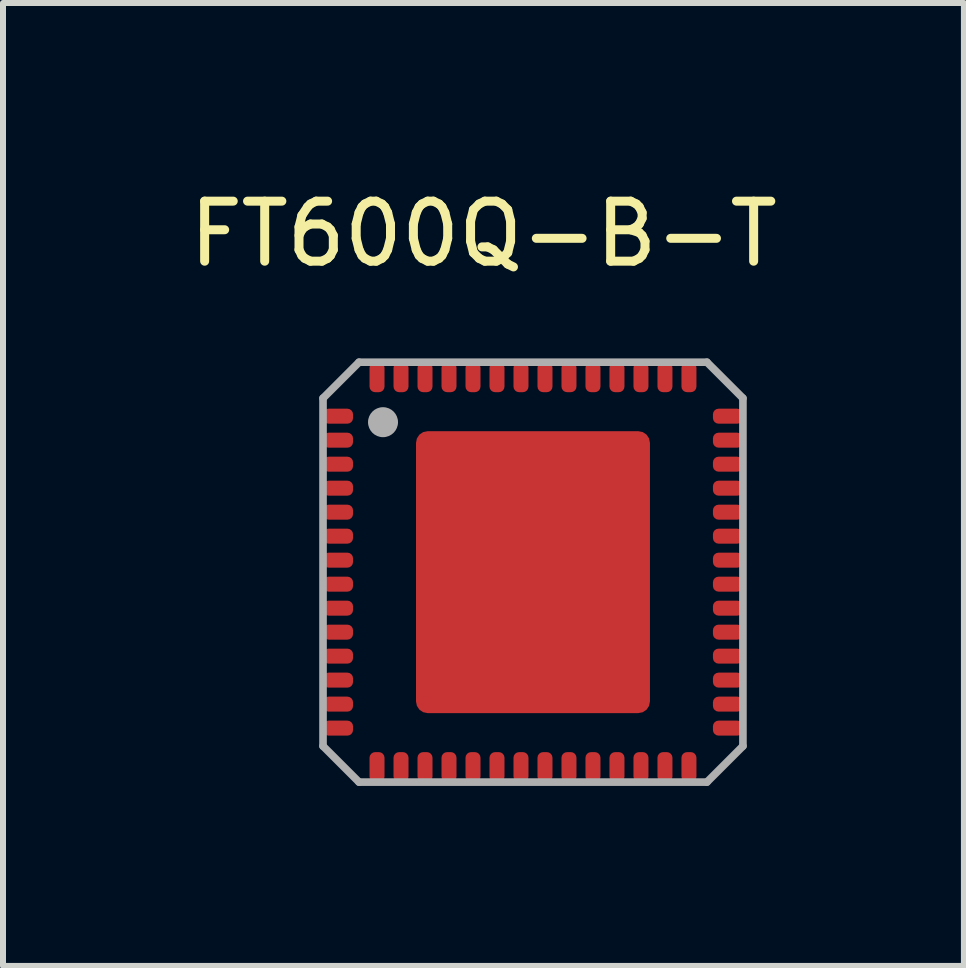
<source format=kicad_pcb>
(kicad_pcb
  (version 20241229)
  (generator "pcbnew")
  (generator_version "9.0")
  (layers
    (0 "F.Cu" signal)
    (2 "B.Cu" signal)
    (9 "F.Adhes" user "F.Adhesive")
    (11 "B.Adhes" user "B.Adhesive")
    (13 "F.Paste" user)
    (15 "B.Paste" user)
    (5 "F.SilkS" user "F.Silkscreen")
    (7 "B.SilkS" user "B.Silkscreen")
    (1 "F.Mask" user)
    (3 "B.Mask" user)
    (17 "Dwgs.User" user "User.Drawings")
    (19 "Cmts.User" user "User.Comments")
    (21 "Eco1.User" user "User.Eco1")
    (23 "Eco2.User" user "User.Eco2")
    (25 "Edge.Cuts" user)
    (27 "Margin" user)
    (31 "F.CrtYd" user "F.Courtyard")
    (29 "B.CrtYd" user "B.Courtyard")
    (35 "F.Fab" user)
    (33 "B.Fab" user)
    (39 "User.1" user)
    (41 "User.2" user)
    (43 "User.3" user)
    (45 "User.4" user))
  (footprint "FT600Q-B-T"
    (layer "F.Cu")
    (at 5.835 6.488)
    (property "Reference" "FT600Q-B-T" (at -0.826 -5.639 0) (layer "F.SilkS") (effects (font (size 1.001 1.001) (thickness 0.15))))
    (attr smd)
    (fp_line (start -3.5 -2.9) (end -3.5 2.9) (stroke (width 0.127) (type solid)) (layer "F.Fab"))
    (fp_line (start -3.5 2.9) (end -2.9 3.5) (stroke (width 0.127) (type solid)) (layer "F.Fab"))
    (fp_line (start -2.9 -3.5) (end -3.5 -2.9) (stroke (width 0.127) (type solid)) (layer "F.Fab"))
    (fp_line (start -2.9 3.5) (end 2.9 3.5) (stroke (width 0.127) (type solid)) (layer "F.Fab"))
    (fp_line (start 2.9 -3.5) (end -2.9 -3.5) (stroke (width 0.127) (type solid)) (layer "F.Fab"))
    (fp_line (start 2.9 -3.5) (end 3.5 -2.9) (stroke (width 0.127) (type solid)) (layer "F.Fab"))
    (fp_line (start 3.5 2.9) (end 2.9 3.5) (stroke (width 0.127) (type solid)) (layer "F.Fab"))
    (fp_line (start 3.5 2.9) (end 3.5 -2.9) (stroke (width 0.127) (type solid)) (layer "F.Fab"))
    (fp_circle (center -2.5 -2.5) (end -2.25 -2.5) (stroke (width 0) (type solid)) (fill yes) (layer "F.Fab"))
    (pad "1" smd roundrect (at -3.25 -2.6) (size 0.5 0.25) (layers "F.Cu" "F.Mask" "F.Paste") (roundrect_rratio 0.375))
    (pad "2" smd roundrect (at -3.25 -2.2) (size 0.5 0.25) (layers "F.Cu" "F.Mask" "F.Paste") (roundrect_rratio 0.375))
    (pad "3" smd roundrect (at -3.25 -1.8) (size 0.5 0.25) (layers "F.Cu" "F.Mask" "F.Paste") (roundrect_rratio 0.375))
    (pad "4" smd roundrect (at -3.25 -1.4) (size 0.5 0.25) (layers "F.Cu" "F.Mask" "F.Paste") (roundrect_rratio 0.375))
    (pad "5" smd roundrect (at -3.25 -1) (size 0.5 0.25) (layers "F.Cu" "F.Mask" "F.Paste") (roundrect_rratio 0.375))
    (pad "6" smd roundrect (at -3.25 -0.6) (size 0.5 0.25) (layers "F.Cu" "F.Mask" "F.Paste") (roundrect_rratio 0.375))
    (pad "7" smd roundrect (at -3.25 -0.2) (size 0.5 0.25) (layers "F.Cu" "F.Mask" "F.Paste") (roundrect_rratio 0.375))
    (pad "8" smd roundrect (at -3.25 0.2) (size 0.5 0.25) (layers "F.Cu" "F.Mask" "F.Paste") (roundrect_rratio 0.375))
    (pad "9" smd roundrect (at -3.25 0.6) (size 0.5 0.25) (layers "F.Cu" "F.Mask" "F.Paste") (roundrect_rratio 0.375))
    (pad "10" smd roundrect (at -3.25 1) (size 0.5 0.25) (layers "F.Cu" "F.Mask" "F.Paste") (roundrect_rratio 0.375))
    (pad "11" smd roundrect (at -3.25 1.4) (size 0.5 0.25) (layers "F.Cu" "F.Mask" "F.Paste") (roundrect_rratio 0.375))
    (pad "12" smd roundrect (at -3.25 1.8) (size 0.5 0.25) (layers "F.Cu" "F.Mask" "F.Paste") (roundrect_rratio 0.375))
    (pad "13" smd roundrect (at -3.25 2.2) (size 0.5 0.25) (layers "F.Cu" "F.Mask" "F.Paste") (roundrect_rratio 0.375))
    (pad "14" smd roundrect (at -3.25 2.6) (size 0.5 0.25) (layers "F.Cu" "F.Mask" "F.Paste") (roundrect_rratio 0.375))
    (pad "15" smd roundrect (at -2.6 3.25 90) (size 0.5 0.25) (layers "F.Cu" "F.Mask" "F.Paste") (roundrect_rratio 0.375))
    (pad "16" smd roundrect (at -2.2 3.25 90) (size 0.5 0.25) (layers "F.Cu" "F.Mask" "F.Paste") (roundrect_rratio 0.375))
    (pad "17" smd roundrect (at -1.8 3.25 90) (size 0.5 0.25) (layers "F.Cu" "F.Mask" "F.Paste") (roundrect_rratio 0.375))
    (pad "18" smd roundrect (at -1.4 3.25 90) (size 0.5 0.25) (layers "F.Cu" "F.Mask" "F.Paste") (roundrect_rratio 0.375))
    (pad "19" smd roundrect (at -1 3.25 90) (size 0.5 0.25) (layers "F.Cu" "F.Mask" "F.Paste") (roundrect_rratio 0.375))
    (pad "20" smd roundrect (at -0.6 3.25 90) (size 0.5 0.25) (layers "F.Cu" "F.Mask" "F.Paste") (roundrect_rratio 0.375))
    (pad "21" smd roundrect (at -0.2 3.25 90) (size 0.5 0.25) (layers "F.Cu" "F.Mask" "F.Paste") (roundrect_rratio 0.375))
    (pad "22" smd roundrect (at 0.2 3.25 90) (size 0.5 0.25) (layers "F.Cu" "F.Mask" "F.Paste") (roundrect_rratio 0.375))
    (pad "23" smd roundrect (at 0.6 3.25 90) (size 0.5 0.25) (layers "F.Cu" "F.Mask" "F.Paste") (roundrect_rratio 0.375))
    (pad "24" smd roundrect (at 1 3.25 90) (size 0.5 0.25) (layers "F.Cu" "F.Mask" "F.Paste") (roundrect_rratio 0.375))
    (pad "25" smd roundrect (at 1.4 3.25 90) (size 0.5 0.25) (layers "F.Cu" "F.Mask" "F.Paste") (roundrect_rratio 0.375))
    (pad "26" smd roundrect (at 1.8 3.25 90) (size 0.5 0.25) (layers "F.Cu" "F.Mask" "F.Paste") (roundrect_rratio 0.375))
    (pad "27" smd roundrect (at 2.2 3.25 90) (size 0.5 0.25) (layers "F.Cu" "F.Mask" "F.Paste") (roundrect_rratio 0.375))
    (pad "28" smd roundrect (at 2.6 3.25 90) (size 0.5 0.25) (layers "F.Cu" "F.Mask" "F.Paste") (roundrect_rratio 0.375))
    (pad "29" smd roundrect (at 3.25 2.6 180) (size 0.5 0.25) (layers "F.Cu" "F.Mask" "F.Paste") (roundrect_rratio 0.375))
    (pad "30" smd roundrect (at 3.25 2.2 180) (size 0.5 0.25) (layers "F.Cu" "F.Mask" "F.Paste") (roundrect_rratio 0.375))
    (pad "31" smd roundrect (at 3.25 1.8 180) (size 0.5 0.25) (layers "F.Cu" "F.Mask" "F.Paste") (roundrect_rratio 0.375))
    (pad "32" smd roundrect (at 3.25 1.4 180) (size 0.5 0.25) (layers "F.Cu" "F.Mask" "F.Paste") (roundrect_rratio 0.375))
    (pad "33" smd roundrect (at 3.25 1 180) (size 0.5 0.25) (layers "F.Cu" "F.Mask" "F.Paste") (roundrect_rratio 0.375))
    (pad "34" smd roundrect (at 3.25 0.6 180) (size 0.5 0.25) (layers "F.Cu" "F.Mask" "F.Paste") (roundrect_rratio 0.375))
    (pad "35" smd roundrect (at 3.25 0.2 180) (size 0.5 0.25) (layers "F.Cu" "F.Mask" "F.Paste") (roundrect_rratio 0.375))
    (pad "36" smd roundrect (at 3.25 -0.2 180) (size 0.5 0.25) (layers "F.Cu" "F.Mask" "F.Paste") (roundrect_rratio 0.375))
    (pad "37" smd roundrect (at 3.25 -0.6 180) (size 0.5 0.25) (layers "F.Cu" "F.Mask" "F.Paste") (roundrect_rratio 0.375))
    (pad "38" smd roundrect (at 3.25 -1 180) (size 0.5 0.25) (layers "F.Cu" "F.Mask" "F.Paste") (roundrect_rratio 0.375))
    (pad "39" smd roundrect (at 3.25 -1.4 180) (size 0.5 0.25) (layers "F.Cu" "F.Mask" "F.Paste") (roundrect_rratio 0.375))
    (pad "40" smd roundrect (at 3.25 -1.8 180) (size 0.5 0.25) (layers "F.Cu" "F.Mask" "F.Paste") (roundrect_rratio 0.375))
    (pad "41" smd roundrect (at 3.25 -2.2 180) (size 0.5 0.25) (layers "F.Cu" "F.Mask" "F.Paste") (roundrect_rratio 0.375))
    (pad "42" smd roundrect (at 3.25 -2.6 180) (size 0.5 0.25) (layers "F.Cu" "F.Mask" "F.Paste") (roundrect_rratio 0.375))
    (pad "43" smd roundrect (at 2.6 -3.25 270) (size 0.5 0.25) (layers "F.Cu" "F.Mask" "F.Paste") (roundrect_rratio 0.375))
    (pad "44" smd roundrect (at 2.2 -3.25 270) (size 0.5 0.25) (layers "F.Cu" "F.Mask" "F.Paste") (roundrect_rratio 0.375))
    (pad "45" smd roundrect (at 1.8 -3.25 270) (size 0.5 0.25) (layers "F.Cu" "F.Mask" "F.Paste") (roundrect_rratio 0.375))
    (pad "46" smd roundrect (at 1.4 -3.25 270) (size 0.5 0.25) (layers "F.Cu" "F.Mask" "F.Paste") (roundrect_rratio 0.375))
    (pad "47" smd roundrect (at 1 -3.25 270) (size 0.5 0.25) (layers "F.Cu" "F.Mask" "F.Paste") (roundrect_rratio 0.375))
    (pad "48" smd roundrect (at 0.6 -3.25 270) (size 0.5 0.25) (layers "F.Cu" "F.Mask" "F.Paste") (roundrect_rratio 0.375))
    (pad "49" smd roundrect (at 0.2 -3.25 270) (size 0.5 0.25) (layers "F.Cu" "F.Mask" "F.Paste") (roundrect_rratio 0.375))
    (pad "50" smd roundrect (at -0.2 -3.25 270) (size 0.5 0.25) (layers "F.Cu" "F.Mask" "F.Paste") (roundrect_rratio 0.375))
    (pad "51" smd roundrect (at -0.6 -3.25 270) (size 0.5 0.25) (layers "F.Cu" "F.Mask" "F.Paste") (roundrect_rratio 0.375))
    (pad "52" smd roundrect (at -1 -3.25 270) (size 0.5 0.25) (layers "F.Cu" "F.Mask" "F.Paste") (roundrect_rratio 0.375))
    (pad "53" smd roundrect (at -1.4 -3.25 270) (size 0.5 0.25) (layers "F.Cu" "F.Mask" "F.Paste") (roundrect_rratio 0.375))
    (pad "54" smd roundrect (at -1.8 -3.25 270) (size 0.5 0.25) (layers "F.Cu" "F.Mask" "F.Paste") (roundrect_rratio 0.375))
    (pad "55" smd roundrect (at -2.2 -3.25 270) (size 0.5 0.25) (layers "F.Cu" "F.Mask" "F.Paste") (roundrect_rratio 0.375))
    (pad "56" smd roundrect (at -2.6 -3.25 270) (size 0.5 0.25) (layers "F.Cu" "F.Mask" "F.Paste") (roundrect_rratio 0.375))
    (pad "PAD" smd roundrect (at 0 0) (size 3.9 4.7) (layers "F.Cu" "F.Mask" "F.Paste") (roundrect_rratio 0.05)))
  (gr_rect
    (start -3 -3)
    (end 13.019 13.052)
    (stroke (width 0.1) (type default))
    (fill no)
    (layer "Edge.Cuts")))
</source>
